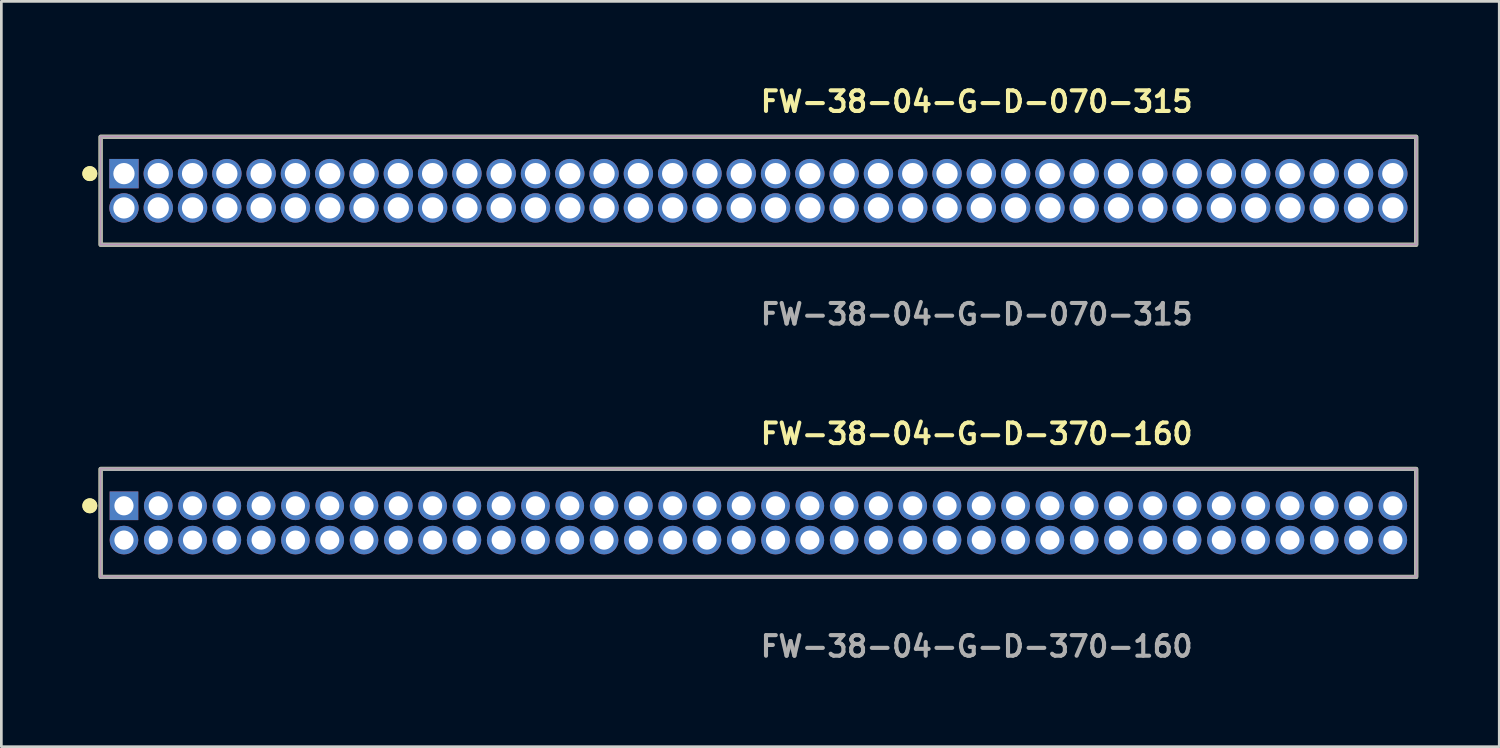
<source format=kicad_pcb>
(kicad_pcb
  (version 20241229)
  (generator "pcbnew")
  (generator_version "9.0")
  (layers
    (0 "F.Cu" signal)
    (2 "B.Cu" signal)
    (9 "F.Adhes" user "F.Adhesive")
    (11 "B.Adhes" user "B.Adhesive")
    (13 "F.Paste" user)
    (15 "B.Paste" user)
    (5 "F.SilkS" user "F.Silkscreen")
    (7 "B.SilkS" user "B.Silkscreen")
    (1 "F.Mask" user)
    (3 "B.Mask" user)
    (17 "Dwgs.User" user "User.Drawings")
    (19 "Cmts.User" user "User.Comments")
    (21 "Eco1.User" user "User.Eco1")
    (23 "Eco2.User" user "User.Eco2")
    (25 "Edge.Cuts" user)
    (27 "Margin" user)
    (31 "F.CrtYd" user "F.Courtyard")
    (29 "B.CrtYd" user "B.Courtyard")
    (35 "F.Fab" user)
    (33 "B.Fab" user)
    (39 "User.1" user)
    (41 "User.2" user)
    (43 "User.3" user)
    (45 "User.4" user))
  (footprint "FW-38-04-G-D-370-160"
    (layer "F.Cu")
    (at 25.036 16.316)
    (property "Reference" "FW-38-04-G-D-370-160" (at 0 -3.302 0) (unlocked yes) (layer "F.SilkS") (effects (font (size 0.762 0.762) (thickness 0.152)) (justify left)))
    (fp_rect (start -24.36 2) (end 24.36 -2) (stroke (width 0.152) (type solid)) (fill no) (layer "F.SilkS"))
    (fp_circle (center -24.76 -0.635) (end -24.96 -0.635) (stroke (width 0.152) (type solid)) (fill yes) (layer "F.SilkS"))
    (fp_circle (center -24.76 -0.635) (end -24.96 -0.635) (stroke (width 0.152) (type solid)) (fill yes) (layer "F.SilkS"))
    (fp_rect (start -24.36 2) (end 24.36 -2) (stroke (width 0.006) (type solid)) (fill no) (layer "F.CrtYd"))
    (fp_rect (start -24.36 2) (end 24.36 -2) (stroke (width 0.152) (type solid)) (fill no) (layer "F.Fab"))
    (fp_text user "${REFERENCE}" (at 0 4.572 0) (unlocked yes) (layer "F.Fab") (effects (font (size 0.762 0.762) (thickness 0.152)) (justify left)))
    (pad "1" thru_hole rect (at -23.495 -0.635) (size 1.06 1.06) (drill 0.71) (layers "*.Cu" "*.Mask"))
    (pad "2" thru_hole circle (at -23.495 0.635) (size 1.06 1.06) (drill 0.71) (layers "*.Cu" "*.Mask"))
    (pad "3" thru_hole circle (at -22.225 -0.635) (size 1.06 1.06) (drill 0.71) (layers "*.Cu" "*.Mask"))
    (pad "4" thru_hole circle (at -22.225 0.635) (size 1.06 1.06) (drill 0.71) (layers "*.Cu" "*.Mask"))
    (pad "5" thru_hole circle (at -20.955 -0.635) (size 1.06 1.06) (drill 0.71) (layers "*.Cu" "*.Mask"))
    (pad "6" thru_hole circle (at -20.955 0.635) (size 1.06 1.06) (drill 0.71) (layers "*.Cu" "*.Mask"))
    (pad "7" thru_hole circle (at -19.685 -0.635) (size 1.06 1.06) (drill 0.71) (layers "*.Cu" "*.Mask"))
    (pad "8" thru_hole circle (at -19.685 0.635) (size 1.06 1.06) (drill 0.71) (layers "*.Cu" "*.Mask"))
    (pad "9" thru_hole circle (at -18.415 -0.635) (size 1.06 1.06) (drill 0.71) (layers "*.Cu" "*.Mask"))
    (pad "10" thru_hole circle (at -18.415 0.635) (size 1.06 1.06) (drill 0.71) (layers "*.Cu" "*.Mask"))
    (pad "11" thru_hole circle (at -17.145 -0.635) (size 1.06 1.06) (drill 0.71) (layers "*.Cu" "*.Mask"))
    (pad "12" thru_hole circle (at -17.145 0.635) (size 1.06 1.06) (drill 0.71) (layers "*.Cu" "*.Mask"))
    (pad "13" thru_hole circle (at -15.875 -0.635) (size 1.06 1.06) (drill 0.71) (layers "*.Cu" "*.Mask"))
    (pad "14" thru_hole circle (at -15.875 0.635) (size 1.06 1.06) (drill 0.71) (layers "*.Cu" "*.Mask"))
    (pad "15" thru_hole circle (at -14.605 -0.635) (size 1.06 1.06) (drill 0.71) (layers "*.Cu" "*.Mask"))
    (pad "16" thru_hole circle (at -14.605 0.635) (size 1.06 1.06) (drill 0.71) (layers "*.Cu" "*.Mask"))
    (pad "17" thru_hole circle (at -13.335 -0.635) (size 1.06 1.06) (drill 0.71) (layers "*.Cu" "*.Mask"))
    (pad "18" thru_hole circle (at -13.335 0.635) (size 1.06 1.06) (drill 0.71) (layers "*.Cu" "*.Mask"))
    (pad "19" thru_hole circle (at -12.065 -0.635) (size 1.06 1.06) (drill 0.71) (layers "*.Cu" "*.Mask"))
    (pad "20" thru_hole circle (at -12.065 0.635) (size 1.06 1.06) (drill 0.71) (layers "*.Cu" "*.Mask"))
    (pad "21" thru_hole circle (at -10.795 -0.635) (size 1.06 1.06) (drill 0.71) (layers "*.Cu" "*.Mask"))
    (pad "22" thru_hole circle (at -10.795 0.635) (size 1.06 1.06) (drill 0.71) (layers "*.Cu" "*.Mask"))
    (pad "23" thru_hole circle (at -9.525 -0.635) (size 1.06 1.06) (drill 0.71) (layers "*.Cu" "*.Mask"))
    (pad "24" thru_hole circle (at -9.525 0.635) (size 1.06 1.06) (drill 0.71) (layers "*.Cu" "*.Mask"))
    (pad "25" thru_hole circle (at -8.255 -0.635) (size 1.06 1.06) (drill 0.71) (layers "*.Cu" "*.Mask"))
    (pad "26" thru_hole circle (at -8.255 0.635) (size 1.06 1.06) (drill 0.71) (layers "*.Cu" "*.Mask"))
    (pad "27" thru_hole circle (at -6.985 -0.635) (size 1.06 1.06) (drill 0.71) (layers "*.Cu" "*.Mask"))
    (pad "28" thru_hole circle (at -6.985 0.635) (size 1.06 1.06) (drill 0.71) (layers "*.Cu" "*.Mask"))
    (pad "29" thru_hole circle (at -5.715 -0.635) (size 1.06 1.06) (drill 0.71) (layers "*.Cu" "*.Mask"))
    (pad "30" thru_hole circle (at -5.715 0.635) (size 1.06 1.06) (drill 0.71) (layers "*.Cu" "*.Mask"))
    (pad "31" thru_hole circle (at -4.445 -0.635) (size 1.06 1.06) (drill 0.71) (layers "*.Cu" "*.Mask"))
    (pad "32" thru_hole circle (at -4.445 0.635) (size 1.06 1.06) (drill 0.71) (layers "*.Cu" "*.Mask"))
    (pad "33" thru_hole circle (at -3.175 -0.635) (size 1.06 1.06) (drill 0.71) (layers "*.Cu" "*.Mask"))
    (pad "34" thru_hole circle (at -3.175 0.635) (size 1.06 1.06) (drill 0.71) (layers "*.Cu" "*.Mask"))
    (pad "35" thru_hole circle (at -1.905 -0.635) (size 1.06 1.06) (drill 0.71) (layers "*.Cu" "*.Mask"))
    (pad "36" thru_hole circle (at -1.905 0.635) (size 1.06 1.06) (drill 0.71) (layers "*.Cu" "*.Mask"))
    (pad "37" thru_hole circle (at -0.635 -0.635) (size 1.06 1.06) (drill 0.71) (layers "*.Cu" "*.Mask"))
    (pad "38" thru_hole circle (at -0.635 0.635) (size 1.06 1.06) (drill 0.71) (layers "*.Cu" "*.Mask"))
    (pad "39" thru_hole circle (at 0.635 -0.635) (size 1.06 1.06) (drill 0.71) (layers "*.Cu" "*.Mask"))
    (pad "40" thru_hole circle (at 0.635 0.635) (size 1.06 1.06) (drill 0.71) (layers "*.Cu" "*.Mask"))
    (pad "41" thru_hole circle (at 1.905 -0.635) (size 1.06 1.06) (drill 0.71) (layers "*.Cu" "*.Mask"))
    (pad "42" thru_hole circle (at 1.905 0.635) (size 1.06 1.06) (drill 0.71) (layers "*.Cu" "*.Mask"))
    (pad "43" thru_hole circle (at 3.175 -0.635) (size 1.06 1.06) (drill 0.71) (layers "*.Cu" "*.Mask"))
    (pad "44" thru_hole circle (at 3.175 0.635) (size 1.06 1.06) (drill 0.71) (layers "*.Cu" "*.Mask"))
    (pad "45" thru_hole circle (at 4.445 -0.635) (size 1.06 1.06) (drill 0.71) (layers "*.Cu" "*.Mask"))
    (pad "46" thru_hole circle (at 4.445 0.635) (size 1.06 1.06) (drill 0.71) (layers "*.Cu" "*.Mask"))
    (pad "47" thru_hole circle (at 5.715 -0.635) (size 1.06 1.06) (drill 0.71) (layers "*.Cu" "*.Mask"))
    (pad "48" thru_hole circle (at 5.715 0.635) (size 1.06 1.06) (drill 0.71) (layers "*.Cu" "*.Mask"))
    (pad "49" thru_hole circle (at 6.985 -0.635) (size 1.06 1.06) (drill 0.71) (layers "*.Cu" "*.Mask"))
    (pad "50" thru_hole circle (at 6.985 0.635) (size 1.06 1.06) (drill 0.71) (layers "*.Cu" "*.Mask"))
    (pad "51" thru_hole circle (at 8.255 -0.635) (size 1.06 1.06) (drill 0.71) (layers "*.Cu" "*.Mask"))
    (pad "52" thru_hole circle (at 8.255 0.635) (size 1.06 1.06) (drill 0.71) (layers "*.Cu" "*.Mask"))
    (pad "53" thru_hole circle (at 9.525 -0.635) (size 1.06 1.06) (drill 0.71) (layers "*.Cu" "*.Mask"))
    (pad "54" thru_hole circle (at 9.525 0.635) (size 1.06 1.06) (drill 0.71) (layers "*.Cu" "*.Mask"))
    (pad "55" thru_hole circle (at 10.795 -0.635) (size 1.06 1.06) (drill 0.71) (layers "*.Cu" "*.Mask"))
    (pad "56" thru_hole circle (at 10.795 0.635) (size 1.06 1.06) (drill 0.71) (layers "*.Cu" "*.Mask"))
    (pad "57" thru_hole circle (at 12.065 -0.635) (size 1.06 1.06) (drill 0.71) (layers "*.Cu" "*.Mask"))
    (pad "58" thru_hole circle (at 12.065 0.635) (size 1.06 1.06) (drill 0.71) (layers "*.Cu" "*.Mask"))
    (pad "59" thru_hole circle (at 13.335 -0.635) (size 1.06 1.06) (drill 0.71) (layers "*.Cu" "*.Mask"))
    (pad "60" thru_hole circle (at 13.335 0.635) (size 1.06 1.06) (drill 0.71) (layers "*.Cu" "*.Mask"))
    (pad "61" thru_hole circle (at 14.605 -0.635) (size 1.06 1.06) (drill 0.71) (layers "*.Cu" "*.Mask"))
    (pad "62" thru_hole circle (at 14.605 0.635) (size 1.06 1.06) (drill 0.71) (layers "*.Cu" "*.Mask"))
    (pad "63" thru_hole circle (at 15.875 -0.635) (size 1.06 1.06) (drill 0.71) (layers "*.Cu" "*.Mask"))
    (pad "64" thru_hole circle (at 15.875 0.635) (size 1.06 1.06) (drill 0.71) (layers "*.Cu" "*.Mask"))
    (pad "65" thru_hole circle (at 17.145 -0.635) (size 1.06 1.06) (drill 0.71) (layers "*.Cu" "*.Mask"))
    (pad "66" thru_hole circle (at 17.145 0.635) (size 1.06 1.06) (drill 0.71) (layers "*.Cu" "*.Mask"))
    (pad "67" thru_hole circle (at 18.415 -0.635) (size 1.06 1.06) (drill 0.71) (layers "*.Cu" "*.Mask"))
    (pad "68" thru_hole circle (at 18.415 0.635) (size 1.06 1.06) (drill 0.71) (layers "*.Cu" "*.Mask"))
    (pad "69" thru_hole circle (at 19.685 -0.635) (size 1.06 1.06) (drill 0.71) (layers "*.Cu" "*.Mask"))
    (pad "70" thru_hole circle (at 19.685 0.635) (size 1.06 1.06) (drill 0.71) (layers "*.Cu" "*.Mask"))
    (pad "71" thru_hole circle (at 20.955 -0.635) (size 1.06 1.06) (drill 0.71) (layers "*.Cu" "*.Mask"))
    (pad "72" thru_hole circle (at 20.955 0.635) (size 1.06 1.06) (drill 0.71) (layers "*.Cu" "*.Mask"))
    (pad "73" thru_hole circle (at 22.225 -0.635) (size 1.06 1.06) (drill 0.71) (layers "*.Cu" "*.Mask"))
    (pad "74" thru_hole circle (at 22.225 0.635) (size 1.06 1.06) (drill 0.71) (layers "*.Cu" "*.Mask"))
    (pad "75" thru_hole circle (at 23.495 -0.635) (size 1.06 1.06) (drill 0.71) (layers "*.Cu" "*.Mask"))
    (pad "76" thru_hole circle (at 23.495 0.635) (size 1.06 1.06) (drill 0.71) (layers "*.Cu" "*.Mask")))
  (footprint "FW-38-04-G-D-070-315"
    (layer "F.Cu")
    (at 25.036 4.015)
    (property "Reference" "FW-38-04-G-D-070-315" (at 0 -3.302 0) (unlocked yes) (layer "F.SilkS") (effects (font (size 0.762 0.762) (thickness 0.152)) (justify left)))
    (fp_rect (start -24.36 2) (end 24.36 -2) (stroke (width 0.152) (type solid)) (fill no) (layer "F.SilkS"))
    (fp_circle (center -24.76 -0.635) (end -24.96 -0.635) (stroke (width 0.152) (type solid)) (fill yes) (layer "F.SilkS"))
    (fp_circle (center -24.76 -0.635) (end -24.96 -0.635) (stroke (width 0.152) (type solid)) (fill yes) (layer "F.SilkS"))
    (fp_rect (start -24.36 2) (end 24.36 -2) (stroke (width 0.006) (type solid)) (fill no) (layer "F.CrtYd"))
    (fp_rect (start -24.36 2) (end 24.36 -2) (stroke (width 0.152) (type solid)) (fill no) (layer "F.Fab"))
    (fp_text user "${REFERENCE}" (at 0 4.572 0) (unlocked yes) (layer "F.Fab") (effects (font (size 0.762 0.762) (thickness 0.152)) (justify left)))
    (pad "1" thru_hole rect (at -23.495 -0.635) (size 1.087 1.087) (drill 0.787) (layers "*.Cu" "*.Mask"))
    (pad "2" thru_hole circle (at -23.495 0.635) (size 1.087 1.087) (drill 0.787) (layers "*.Cu" "*.Mask"))
    (pad "3" thru_hole circle (at -22.225 -0.635) (size 1.087 1.087) (drill 0.787) (layers "*.Cu" "*.Mask"))
    (pad "4" thru_hole circle (at -22.225 0.635) (size 1.087 1.087) (drill 0.787) (layers "*.Cu" "*.Mask"))
    (pad "5" thru_hole circle (at -20.955 -0.635) (size 1.087 1.087) (drill 0.787) (layers "*.Cu" "*.Mask"))
    (pad "6" thru_hole circle (at -20.955 0.635) (size 1.087 1.087) (drill 0.787) (layers "*.Cu" "*.Mask"))
    (pad "7" thru_hole circle (at -19.685 -0.635) (size 1.087 1.087) (drill 0.787) (layers "*.Cu" "*.Mask"))
    (pad "8" thru_hole circle (at -19.685 0.635) (size 1.087 1.087) (drill 0.787) (layers "*.Cu" "*.Mask"))
    (pad "9" thru_hole circle (at -18.415 -0.635) (size 1.087 1.087) (drill 0.787) (layers "*.Cu" "*.Mask"))
    (pad "10" thru_hole circle (at -18.415 0.635) (size 1.087 1.087) (drill 0.787) (layers "*.Cu" "*.Mask"))
    (pad "11" thru_hole circle (at -17.145 -0.635) (size 1.087 1.087) (drill 0.787) (layers "*.Cu" "*.Mask"))
    (pad "12" thru_hole circle (at -17.145 0.635) (size 1.087 1.087) (drill 0.787) (layers "*.Cu" "*.Mask"))
    (pad "13" thru_hole circle (at -15.875 -0.635) (size 1.087 1.087) (drill 0.787) (layers "*.Cu" "*.Mask"))
    (pad "14" thru_hole circle (at -15.875 0.635) (size 1.087 1.087) (drill 0.787) (layers "*.Cu" "*.Mask"))
    (pad "15" thru_hole circle (at -14.605 -0.635) (size 1.087 1.087) (drill 0.787) (layers "*.Cu" "*.Mask"))
    (pad "16" thru_hole circle (at -14.605 0.635) (size 1.087 1.087) (drill 0.787) (layers "*.Cu" "*.Mask"))
    (pad "17" thru_hole circle (at -13.335 -0.635) (size 1.087 1.087) (drill 0.787) (layers "*.Cu" "*.Mask"))
    (pad "18" thru_hole circle (at -13.335 0.635) (size 1.087 1.087) (drill 0.787) (layers "*.Cu" "*.Mask"))
    (pad "19" thru_hole circle (at -12.065 -0.635) (size 1.087 1.087) (drill 0.787) (layers "*.Cu" "*.Mask"))
    (pad "20" thru_hole circle (at -12.065 0.635) (size 1.087 1.087) (drill 0.787) (layers "*.Cu" "*.Mask"))
    (pad "21" thru_hole circle (at -10.795 -0.635) (size 1.087 1.087) (drill 0.787) (layers "*.Cu" "*.Mask"))
    (pad "22" thru_hole circle (at -10.795 0.635) (size 1.087 1.087) (drill 0.787) (layers "*.Cu" "*.Mask"))
    (pad "23" thru_hole circle (at -9.525 -0.635) (size 1.087 1.087) (drill 0.787) (layers "*.Cu" "*.Mask"))
    (pad "24" thru_hole circle (at -9.525 0.635) (size 1.087 1.087) (drill 0.787) (layers "*.Cu" "*.Mask"))
    (pad "25" thru_hole circle (at -8.255 -0.635) (size 1.087 1.087) (drill 0.787) (layers "*.Cu" "*.Mask"))
    (pad "26" thru_hole circle (at -8.255 0.635) (size 1.087 1.087) (drill 0.787) (layers "*.Cu" "*.Mask"))
    (pad "27" thru_hole circle (at -6.985 -0.635) (size 1.087 1.087) (drill 0.787) (layers "*.Cu" "*.Mask"))
    (pad "28" thru_hole circle (at -6.985 0.635) (size 1.087 1.087) (drill 0.787) (layers "*.Cu" "*.Mask"))
    (pad "29" thru_hole circle (at -5.715 -0.635) (size 1.087 1.087) (drill 0.787) (layers "*.Cu" "*.Mask"))
    (pad "30" thru_hole circle (at -5.715 0.635) (size 1.087 1.087) (drill 0.787) (layers "*.Cu" "*.Mask"))
    (pad "31" thru_hole circle (at -4.445 -0.635) (size 1.087 1.087) (drill 0.787) (layers "*.Cu" "*.Mask"))
    (pad "32" thru_hole circle (at -4.445 0.635) (size 1.087 1.087) (drill 0.787) (layers "*.Cu" "*.Mask"))
    (pad "33" thru_hole circle (at -3.175 -0.635) (size 1.087 1.087) (drill 0.787) (layers "*.Cu" "*.Mask"))
    (pad "34" thru_hole circle (at -3.175 0.635) (size 1.087 1.087) (drill 0.787) (layers "*.Cu" "*.Mask"))
    (pad "35" thru_hole circle (at -1.905 -0.635) (size 1.087 1.087) (drill 0.787) (layers "*.Cu" "*.Mask"))
    (pad "36" thru_hole circle (at -1.905 0.635) (size 1.087 1.087) (drill 0.787) (layers "*.Cu" "*.Mask"))
    (pad "37" thru_hole circle (at -0.635 -0.635) (size 1.087 1.087) (drill 0.787) (layers "*.Cu" "*.Mask"))
    (pad "38" thru_hole circle (at -0.635 0.635) (size 1.087 1.087) (drill 0.787) (layers "*.Cu" "*.Mask"))
    (pad "39" thru_hole circle (at 0.635 -0.635) (size 1.087 1.087) (drill 0.787) (layers "*.Cu" "*.Mask"))
    (pad "40" thru_hole circle (at 0.635 0.635) (size 1.087 1.087) (drill 0.787) (layers "*.Cu" "*.Mask"))
    (pad "41" thru_hole circle (at 1.905 -0.635) (size 1.087 1.087) (drill 0.787) (layers "*.Cu" "*.Mask"))
    (pad "42" thru_hole circle (at 1.905 0.635) (size 1.087 1.087) (drill 0.787) (layers "*.Cu" "*.Mask"))
    (pad "43" thru_hole circle (at 3.175 -0.635) (size 1.087 1.087) (drill 0.787) (layers "*.Cu" "*.Mask"))
    (pad "44" thru_hole circle (at 3.175 0.635) (size 1.087 1.087) (drill 0.787) (layers "*.Cu" "*.Mask"))
    (pad "45" thru_hole circle (at 4.445 -0.635) (size 1.087 1.087) (drill 0.787) (layers "*.Cu" "*.Mask"))
    (pad "46" thru_hole circle (at 4.445 0.635) (size 1.087 1.087) (drill 0.787) (layers "*.Cu" "*.Mask"))
    (pad "47" thru_hole circle (at 5.715 -0.635) (size 1.087 1.087) (drill 0.787) (layers "*.Cu" "*.Mask"))
    (pad "48" thru_hole circle (at 5.715 0.635) (size 1.087 1.087) (drill 0.787) (layers "*.Cu" "*.Mask"))
    (pad "49" thru_hole circle (at 6.985 -0.635) (size 1.087 1.087) (drill 0.787) (layers "*.Cu" "*.Mask"))
    (pad "50" thru_hole circle (at 6.985 0.635) (size 1.087 1.087) (drill 0.787) (layers "*.Cu" "*.Mask"))
    (pad "51" thru_hole circle (at 8.255 -0.635) (size 1.087 1.087) (drill 0.787) (layers "*.Cu" "*.Mask"))
    (pad "52" thru_hole circle (at 8.255 0.635) (size 1.087 1.087) (drill 0.787) (layers "*.Cu" "*.Mask"))
    (pad "53" thru_hole circle (at 9.525 -0.635) (size 1.087 1.087) (drill 0.787) (layers "*.Cu" "*.Mask"))
    (pad "54" thru_hole circle (at 9.525 0.635) (size 1.087 1.087) (drill 0.787) (layers "*.Cu" "*.Mask"))
    (pad "55" thru_hole circle (at 10.795 -0.635) (size 1.087 1.087) (drill 0.787) (layers "*.Cu" "*.Mask"))
    (pad "56" thru_hole circle (at 10.795 0.635) (size 1.087 1.087) (drill 0.787) (layers "*.Cu" "*.Mask"))
    (pad "57" thru_hole circle (at 12.065 -0.635) (size 1.087 1.087) (drill 0.787) (layers "*.Cu" "*.Mask"))
    (pad "58" thru_hole circle (at 12.065 0.635) (size 1.087 1.087) (drill 0.787) (layers "*.Cu" "*.Mask"))
    (pad "59" thru_hole circle (at 13.335 -0.635) (size 1.087 1.087) (drill 0.787) (layers "*.Cu" "*.Mask"))
    (pad "60" thru_hole circle (at 13.335 0.635) (size 1.087 1.087) (drill 0.787) (layers "*.Cu" "*.Mask"))
    (pad "61" thru_hole circle (at 14.605 -0.635) (size 1.087 1.087) (drill 0.787) (layers "*.Cu" "*.Mask"))
    (pad "62" thru_hole circle (at 14.605 0.635) (size 1.087 1.087) (drill 0.787) (layers "*.Cu" "*.Mask"))
    (pad "63" thru_hole circle (at 15.875 -0.635) (size 1.087 1.087) (drill 0.787) (layers "*.Cu" "*.Mask"))
    (pad "64" thru_hole circle (at 15.875 0.635) (size 1.087 1.087) (drill 0.787) (layers "*.Cu" "*.Mask"))
    (pad "65" thru_hole circle (at 17.145 -0.635) (size 1.087 1.087) (drill 0.787) (layers "*.Cu" "*.Mask"))
    (pad "66" thru_hole circle (at 17.145 0.635) (size 1.087 1.087) (drill 0.787) (layers "*.Cu" "*.Mask"))
    (pad "67" thru_hole circle (at 18.415 -0.635) (size 1.087 1.087) (drill 0.787) (layers "*.Cu" "*.Mask"))
    (pad "68" thru_hole circle (at 18.415 0.635) (size 1.087 1.087) (drill 0.787) (layers "*.Cu" "*.Mask"))
    (pad "69" thru_hole circle (at 19.685 -0.635) (size 1.087 1.087) (drill 0.787) (layers "*.Cu" "*.Mask"))
    (pad "70" thru_hole circle (at 19.685 0.635) (size 1.087 1.087) (drill 0.787) (layers "*.Cu" "*.Mask"))
    (pad "71" thru_hole circle (at 20.955 -0.635) (size 1.087 1.087) (drill 0.787) (layers "*.Cu" "*.Mask"))
    (pad "72" thru_hole circle (at 20.955 0.635) (size 1.087 1.087) (drill 0.787) (layers "*.Cu" "*.Mask"))
    (pad "73" thru_hole circle (at 22.225 -0.635) (size 1.087 1.087) (drill 0.787) (layers "*.Cu" "*.Mask"))
    (pad "74" thru_hole circle (at 22.225 0.635) (size 1.087 1.087) (drill 0.787) (layers "*.Cu" "*.Mask"))
    (pad "75" thru_hole circle (at 23.495 -0.635) (size 1.087 1.087) (drill 0.787) (layers "*.Cu" "*.Mask"))
    (pad "76" thru_hole circle (at 23.495 0.635) (size 1.087 1.087) (drill 0.787) (layers "*.Cu" "*.Mask")))
  (gr_rect
    (start -3 -3)
    (end 52.472 24.601)
    (stroke (width 0.1) (type default))
    (fill no)
    (layer "Edge.Cuts")))
</source>
